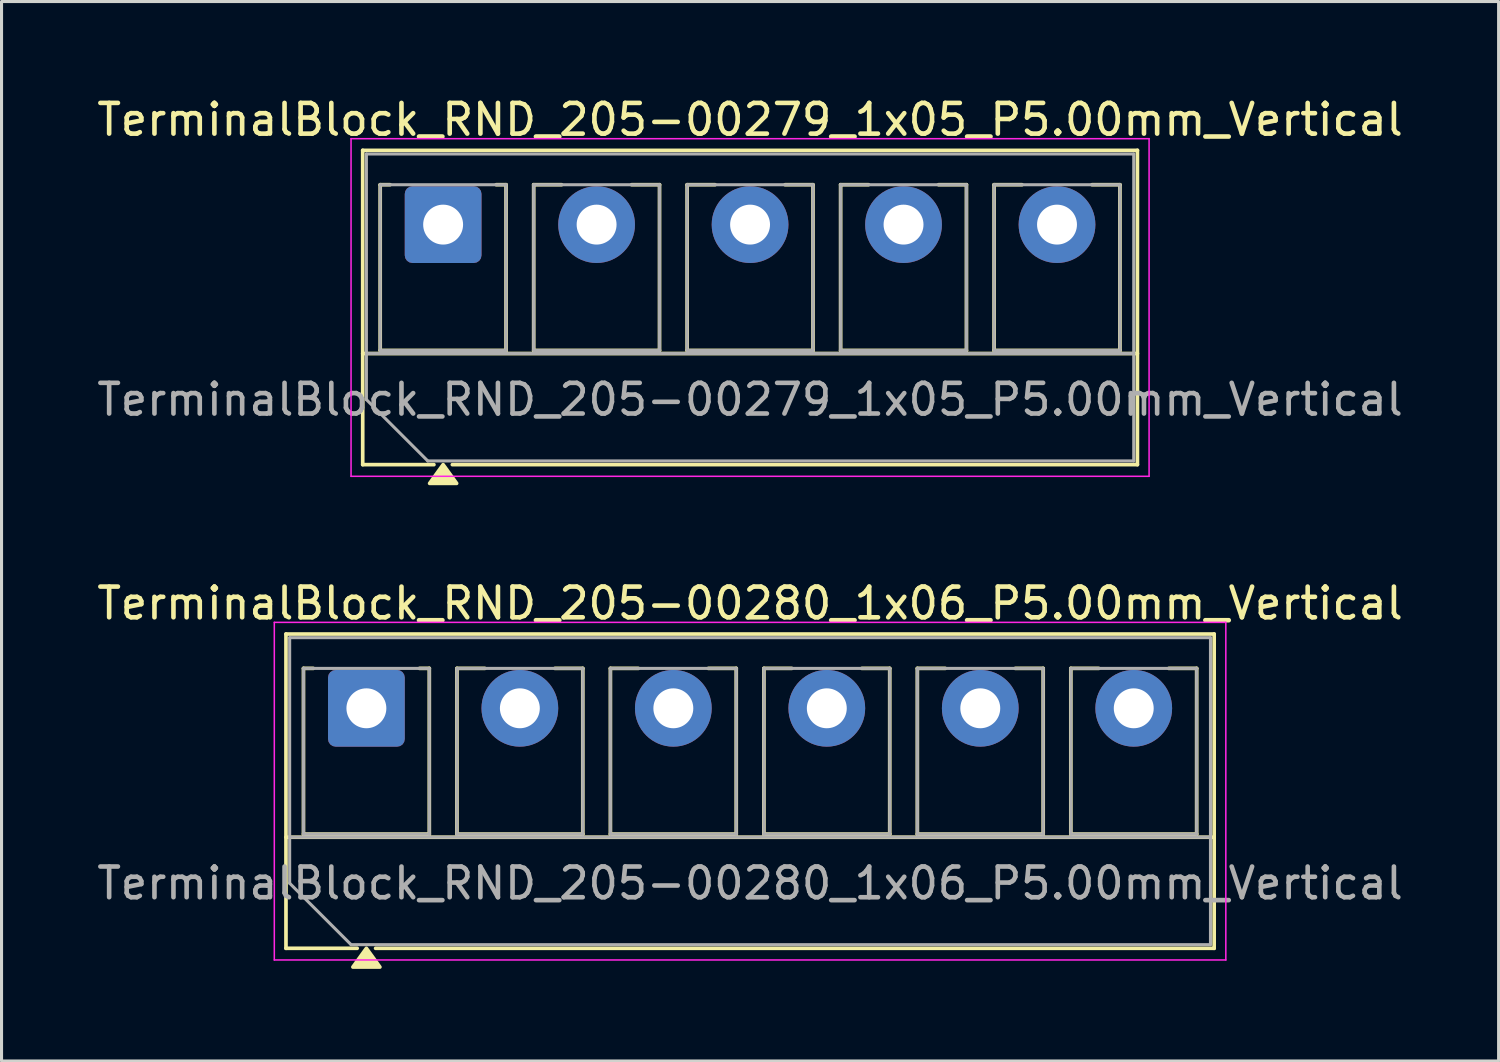
<source format=kicad_pcb>
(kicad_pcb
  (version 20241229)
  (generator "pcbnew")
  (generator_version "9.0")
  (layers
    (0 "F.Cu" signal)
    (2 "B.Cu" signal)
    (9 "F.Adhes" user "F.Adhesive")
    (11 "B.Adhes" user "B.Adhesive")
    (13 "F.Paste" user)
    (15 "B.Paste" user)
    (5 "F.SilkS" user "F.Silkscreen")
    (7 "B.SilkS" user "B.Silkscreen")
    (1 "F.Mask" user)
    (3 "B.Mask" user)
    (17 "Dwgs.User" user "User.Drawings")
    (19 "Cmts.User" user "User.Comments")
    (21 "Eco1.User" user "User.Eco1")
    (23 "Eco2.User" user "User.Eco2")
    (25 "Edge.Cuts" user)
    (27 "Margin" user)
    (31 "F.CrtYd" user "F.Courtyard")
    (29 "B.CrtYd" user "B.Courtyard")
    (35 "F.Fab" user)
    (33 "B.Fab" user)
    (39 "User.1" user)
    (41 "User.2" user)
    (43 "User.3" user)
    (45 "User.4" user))
  (footprint "TerminalBlock_RND_205-00279_1x05_P5.00mm_Vertical"
    (layer "F.Cu")
    (at 11.387 4.268)
    (property "Reference" "TerminalBlock_RND_205-00279_1x05_P5.00mm_Vertical" (at 10 -3.42 0) (layer "F.SilkS") (effects (font (size 1 1) (thickness 0.15))))
    (attr through_hole)
    (fp_line (start -2.62 -2.42) (end -2.62 7.82) (stroke (width 0.12) (type solid)) (layer "F.SilkS"))
    (fp_line (start -2.62 -2.42) (end 22.62 -2.42) (stroke (width 0.12) (type solid)) (layer "F.SilkS"))
    (fp_line (start -2.62 4.2) (end 22.62 4.2) (stroke (width 0.12) (type solid)) (layer "F.SilkS"))
    (fp_line (start -2.62 7.82) (end -0.3 7.82) (stroke (width 0.12) (type solid)) (layer "F.SilkS"))
    (fp_line (start -2.05 -1.3) (end -2.05 4.1) (stroke (width 0.12) (type solid)) (layer "F.SilkS"))
    (fp_line (start -2.05 -1.3) (end -1.73 -1.3) (stroke (width 0.12) (type solid)) (layer "F.SilkS"))
    (fp_line (start -2.05 4.1) (end 2.05 4.1) (stroke (width 0.12) (type solid)) (layer "F.SilkS"))
    (fp_line (start 0.3 7.82) (end 22.62 7.82) (stroke (width 0.12) (type solid)) (layer "F.SilkS"))
    (fp_line (start 1.73 -1.3) (end 2.05 -1.3) (stroke (width 0.12) (type solid)) (layer "F.SilkS"))
    (fp_line (start 2.05 -1.3) (end 2.05 4.1) (stroke (width 0.12) (type solid)) (layer "F.SilkS"))
    (fp_line (start 2.95 -1.3) (end 2.95 4.1) (stroke (width 0.12) (type solid)) (layer "F.SilkS"))
    (fp_line (start 2.95 -1.3) (end 3.859 -1.3) (stroke (width 0.12) (type solid)) (layer "F.SilkS"))
    (fp_line (start 2.95 4.1) (end 7.05 4.1) (stroke (width 0.12) (type solid)) (layer "F.SilkS"))
    (fp_line (start 6.141 -1.3) (end 7.05 -1.3) (stroke (width 0.12) (type solid)) (layer "F.SilkS"))
    (fp_line (start 7.05 -1.3) (end 7.05 4.1) (stroke (width 0.12) (type solid)) (layer "F.SilkS"))
    (fp_line (start 7.95 -1.3) (end 7.95 4.1) (stroke (width 0.12) (type solid)) (layer "F.SilkS"))
    (fp_line (start 7.95 -1.3) (end 8.859 -1.3) (stroke (width 0.12) (type solid)) (layer "F.SilkS"))
    (fp_line (start 7.95 4.1) (end 12.05 4.1) (stroke (width 0.12) (type solid)) (layer "F.SilkS"))
    (fp_line (start 11.141 -1.3) (end 12.05 -1.3) (stroke (width 0.12) (type solid)) (layer "F.SilkS"))
    (fp_line (start 12.05 -1.3) (end 12.05 4.1) (stroke (width 0.12) (type solid)) (layer "F.SilkS"))
    (fp_line (start 12.95 -1.3) (end 12.95 4.1) (stroke (width 0.12) (type solid)) (layer "F.SilkS"))
    (fp_line (start 12.95 -1.3) (end 13.859 -1.3) (stroke (width 0.12) (type solid)) (layer "F.SilkS"))
    (fp_line (start 12.95 4.1) (end 17.05 4.1) (stroke (width 0.12) (type solid)) (layer "F.SilkS"))
    (fp_line (start 16.141 -1.3) (end 17.05 -1.3) (stroke (width 0.12) (type solid)) (layer "F.SilkS"))
    (fp_line (start 17.05 -1.3) (end 17.05 4.1) (stroke (width 0.12) (type solid)) (layer "F.SilkS"))
    (fp_line (start 17.95 -1.3) (end 17.95 4.1) (stroke (width 0.12) (type solid)) (layer "F.SilkS"))
    (fp_line (start 17.95 -1.3) (end 18.859 -1.3) (stroke (width 0.12) (type solid)) (layer "F.SilkS"))
    (fp_line (start 17.95 4.1) (end 22.05 4.1) (stroke (width 0.12) (type solid)) (layer "F.SilkS"))
    (fp_line (start 21.141 -1.3) (end 22.05 -1.3) (stroke (width 0.12) (type solid)) (layer "F.SilkS"))
    (fp_line (start 22.05 -1.3) (end 22.05 4.1) (stroke (width 0.12) (type solid)) (layer "F.SilkS"))
    (fp_line (start 22.62 -2.42) (end 22.62 7.82) (stroke (width 0.12) (type solid)) (layer "F.SilkS"))
    (fp_poly (pts (xy 0 7.82) (xy 0.44 8.43) (xy -0.44 8.43)) (stroke (width 0.12) (type solid)) (fill yes) (layer "F.SilkS"))
    (fp_line (start -3 -2.8) (end -3 8.2) (stroke (width 0.05) (type solid)) (layer "F.CrtYd"))
    (fp_line (start -3 8.2) (end 23 8.2) (stroke (width 0.05) (type solid)) (layer "F.CrtYd"))
    (fp_line (start 23 -2.8) (end -3 -2.8) (stroke (width 0.05) (type solid)) (layer "F.CrtYd"))
    (fp_line (start 23 8.2) (end 23 -2.8) (stroke (width 0.05) (type solid)) (layer "F.CrtYd"))
    (fp_line (start -2.5 -2.3) (end 22.5 -2.3) (stroke (width 0.1) (type solid)) (layer "F.Fab"))
    (fp_line (start -2.5 4.2) (end 22.5 4.2) (stroke (width 0.1) (type solid)) (layer "F.Fab"))
    (fp_line (start -2.5 5.7) (end -2.5 -2.3) (stroke (width 0.1) (type solid)) (layer "F.Fab"))
    (fp_line (start -2.05 -1.3) (end -2.05 4.1) (stroke (width 0.1) (type solid)) (layer "F.Fab"))
    (fp_line (start -2.05 4.1) (end 2.05 4.1) (stroke (width 0.1) (type solid)) (layer "F.Fab"))
    (fp_line (start -0.5 7.7) (end -2.5 5.7) (stroke (width 0.1) (type solid)) (layer "F.Fab"))
    (fp_line (start 2.05 -1.3) (end -2.05 -1.3) (stroke (width 0.1) (type solid)) (layer "F.Fab"))
    (fp_line (start 2.05 4.1) (end 2.05 -1.3) (stroke (width 0.1) (type solid)) (layer "F.Fab"))
    (fp_line (start 2.95 -1.3) (end 2.95 4.1) (stroke (width 0.1) (type solid)) (layer "F.Fab"))
    (fp_line (start 2.95 4.1) (end 7.05 4.1) (stroke (width 0.1) (type solid)) (layer "F.Fab"))
    (fp_line (start 7.05 -1.3) (end 2.95 -1.3) (stroke (width 0.1) (type solid)) (layer "F.Fab"))
    (fp_line (start 7.05 4.1) (end 7.05 -1.3) (stroke (width 0.1) (type solid)) (layer "F.Fab"))
    (fp_line (start 7.95 -1.3) (end 7.95 4.1) (stroke (width 0.1) (type solid)) (layer "F.Fab"))
    (fp_line (start 7.95 4.1) (end 12.05 4.1) (stroke (width 0.1) (type solid)) (layer "F.Fab"))
    (fp_line (start 12.05 -1.3) (end 7.95 -1.3) (stroke (width 0.1) (type solid)) (layer "F.Fab"))
    (fp_line (start 12.05 4.1) (end 12.05 -1.3) (stroke (width 0.1) (type solid)) (layer "F.Fab"))
    (fp_line (start 12.95 -1.3) (end 12.95 4.1) (stroke (width 0.1) (type solid)) (layer "F.Fab"))
    (fp_line (start 12.95 4.1) (end 17.05 4.1) (stroke (width 0.1) (type solid)) (layer "F.Fab"))
    (fp_line (start 17.05 -1.3) (end 12.95 -1.3) (stroke (width 0.1) (type solid)) (layer "F.Fab"))
    (fp_line (start 17.05 4.1) (end 17.05 -1.3) (stroke (width 0.1) (type solid)) (layer "F.Fab"))
    (fp_line (start 17.95 -1.3) (end 17.95 4.1) (stroke (width 0.1) (type solid)) (layer "F.Fab"))
    (fp_line (start 17.95 4.1) (end 22.05 4.1) (stroke (width 0.1) (type solid)) (layer "F.Fab"))
    (fp_line (start 22.05 -1.3) (end 17.95 -1.3) (stroke (width 0.1) (type solid)) (layer "F.Fab"))
    (fp_line (start 22.05 4.1) (end 22.05 -1.3) (stroke (width 0.1) (type solid)) (layer "F.Fab"))
    (fp_line (start 22.5 -2.3) (end 22.5 7.7) (stroke (width 0.1) (type solid)) (layer "F.Fab"))
    (fp_line (start 22.5 7.7) (end -0.5 7.7) (stroke (width 0.1) (type solid)) (layer "F.Fab"))
    (fp_text user "${REFERENCE}" (at 10 5.7 0) (layer "F.Fab") (effects (font (size 1 1) (thickness 0.15))))
    (pad "1" thru_hole roundrect (at 0 0) (size 2.5 2.5) (drill 1.3) (layers "*.Cu" "*.Mask") (roundrect_rratio 0.1))
    (pad "2" thru_hole circle (at 5 0) (size 2.5 2.5) (drill 1.3) (layers "*.Cu" "*.Mask"))
    (pad "3" thru_hole circle (at 10 0) (size 2.5 2.5) (drill 1.3) (layers "*.Cu" "*.Mask"))
    (pad "4" thru_hole circle (at 15 0) (size 2.5 2.5) (drill 1.3) (layers "*.Cu" "*.Mask"))
    (pad "5" thru_hole circle (at 20 0) (size 2.5 2.5) (drill 1.3) (layers "*.Cu" "*.Mask")))
  (footprint "TerminalBlock_RND_205-00280_1x06_P5.00mm_Vertical"
    (layer "F.Cu")
    (at 8.887 20.026)
    (property "Reference" "TerminalBlock_RND_205-00280_1x06_P5.00mm_Vertical" (at 12.5 -3.42 0) (layer "F.SilkS") (effects (font (size 1 1) (thickness 0.15))))
    (attr through_hole)
    (fp_line (start -2.62 -2.42) (end -2.62 7.82) (stroke (width 0.12) (type solid)) (layer "F.SilkS"))
    (fp_line (start -2.62 -2.42) (end 27.62 -2.42) (stroke (width 0.12) (type solid)) (layer "F.SilkS"))
    (fp_line (start -2.62 4.2) (end 27.62 4.2) (stroke (width 0.12) (type solid)) (layer "F.SilkS"))
    (fp_line (start -2.62 7.82) (end -0.3 7.82) (stroke (width 0.12) (type solid)) (layer "F.SilkS"))
    (fp_line (start -2.05 -1.3) (end -2.05 4.1) (stroke (width 0.12) (type solid)) (layer "F.SilkS"))
    (fp_line (start -2.05 -1.3) (end -1.73 -1.3) (stroke (width 0.12) (type solid)) (layer "F.SilkS"))
    (fp_line (start -2.05 4.1) (end 2.05 4.1) (stroke (width 0.12) (type solid)) (layer "F.SilkS"))
    (fp_line (start 0.3 7.82) (end 27.62 7.82) (stroke (width 0.12) (type solid)) (layer "F.SilkS"))
    (fp_line (start 1.73 -1.3) (end 2.05 -1.3) (stroke (width 0.12) (type solid)) (layer "F.SilkS"))
    (fp_line (start 2.05 -1.3) (end 2.05 4.1) (stroke (width 0.12) (type solid)) (layer "F.SilkS"))
    (fp_line (start 2.95 -1.3) (end 2.95 4.1) (stroke (width 0.12) (type solid)) (layer "F.SilkS"))
    (fp_line (start 2.95 -1.3) (end 3.859 -1.3) (stroke (width 0.12) (type solid)) (layer "F.SilkS"))
    (fp_line (start 2.95 4.1) (end 7.05 4.1) (stroke (width 0.12) (type solid)) (layer "F.SilkS"))
    (fp_line (start 6.141 -1.3) (end 7.05 -1.3) (stroke (width 0.12) (type solid)) (layer "F.SilkS"))
    (fp_line (start 7.05 -1.3) (end 7.05 4.1) (stroke (width 0.12) (type solid)) (layer "F.SilkS"))
    (fp_line (start 7.95 -1.3) (end 7.95 4.1) (stroke (width 0.12) (type solid)) (layer "F.SilkS"))
    (fp_line (start 7.95 -1.3) (end 8.859 -1.3) (stroke (width 0.12) (type solid)) (layer "F.SilkS"))
    (fp_line (start 7.95 4.1) (end 12.05 4.1) (stroke (width 0.12) (type solid)) (layer "F.SilkS"))
    (fp_line (start 11.141 -1.3) (end 12.05 -1.3) (stroke (width 0.12) (type solid)) (layer "F.SilkS"))
    (fp_line (start 12.05 -1.3) (end 12.05 4.1) (stroke (width 0.12) (type solid)) (layer "F.SilkS"))
    (fp_line (start 12.95 -1.3) (end 12.95 4.1) (stroke (width 0.12) (type solid)) (layer "F.SilkS"))
    (fp_line (start 12.95 -1.3) (end 13.859 -1.3) (stroke (width 0.12) (type solid)) (layer "F.SilkS"))
    (fp_line (start 12.95 4.1) (end 17.05 4.1) (stroke (width 0.12) (type solid)) (layer "F.SilkS"))
    (fp_line (start 16.141 -1.3) (end 17.05 -1.3) (stroke (width 0.12) (type solid)) (layer "F.SilkS"))
    (fp_line (start 17.05 -1.3) (end 17.05 4.1) (stroke (width 0.12) (type solid)) (layer "F.SilkS"))
    (fp_line (start 17.95 -1.3) (end 17.95 4.1) (stroke (width 0.12) (type solid)) (layer "F.SilkS"))
    (fp_line (start 17.95 -1.3) (end 18.859 -1.3) (stroke (width 0.12) (type solid)) (layer "F.SilkS"))
    (fp_line (start 17.95 4.1) (end 22.05 4.1) (stroke (width 0.12) (type solid)) (layer "F.SilkS"))
    (fp_line (start 21.141 -1.3) (end 22.05 -1.3) (stroke (width 0.12) (type solid)) (layer "F.SilkS"))
    (fp_line (start 22.05 -1.3) (end 22.05 4.1) (stroke (width 0.12) (type solid)) (layer "F.SilkS"))
    (fp_line (start 22.95 -1.3) (end 22.95 4.1) (stroke (width 0.12) (type solid)) (layer "F.SilkS"))
    (fp_line (start 22.95 -1.3) (end 23.859 -1.3) (stroke (width 0.12) (type solid)) (layer "F.SilkS"))
    (fp_line (start 22.95 4.1) (end 27.05 4.1) (stroke (width 0.12) (type solid)) (layer "F.SilkS"))
    (fp_line (start 26.141 -1.3) (end 27.05 -1.3) (stroke (width 0.12) (type solid)) (layer "F.SilkS"))
    (fp_line (start 27.05 -1.3) (end 27.05 4.1) (stroke (width 0.12) (type solid)) (layer "F.SilkS"))
    (fp_line (start 27.62 -2.42) (end 27.62 7.82) (stroke (width 0.12) (type solid)) (layer "F.SilkS"))
    (fp_poly (pts (xy 0 7.82) (xy 0.44 8.43) (xy -0.44 8.43)) (stroke (width 0.12) (type solid)) (fill yes) (layer "F.SilkS"))
    (fp_line (start -3 -2.8) (end -3 8.2) (stroke (width 0.05) (type solid)) (layer "F.CrtYd"))
    (fp_line (start -3 8.2) (end 28 8.2) (stroke (width 0.05) (type solid)) (layer "F.CrtYd"))
    (fp_line (start 28 -2.8) (end -3 -2.8) (stroke (width 0.05) (type solid)) (layer "F.CrtYd"))
    (fp_line (start 28 8.2) (end 28 -2.8) (stroke (width 0.05) (type solid)) (layer "F.CrtYd"))
    (fp_line (start -2.5 -2.3) (end 27.5 -2.3) (stroke (width 0.1) (type solid)) (layer "F.Fab"))
    (fp_line (start -2.5 4.2) (end 27.5 4.2) (stroke (width 0.1) (type solid)) (layer "F.Fab"))
    (fp_line (start -2.5 5.7) (end -2.5 -2.3) (stroke (width 0.1) (type solid)) (layer "F.Fab"))
    (fp_line (start -2.05 -1.3) (end -2.05 4.1) (stroke (width 0.1) (type solid)) (layer "F.Fab"))
    (fp_line (start -2.05 4.1) (end 2.05 4.1) (stroke (width 0.1) (type solid)) (layer "F.Fab"))
    (fp_line (start -0.5 7.7) (end -2.5 5.7) (stroke (width 0.1) (type solid)) (layer "F.Fab"))
    (fp_line (start 2.05 -1.3) (end -2.05 -1.3) (stroke (width 0.1) (type solid)) (layer "F.Fab"))
    (fp_line (start 2.05 4.1) (end 2.05 -1.3) (stroke (width 0.1) (type solid)) (layer "F.Fab"))
    (fp_line (start 2.95 -1.3) (end 2.95 4.1) (stroke (width 0.1) (type solid)) (layer "F.Fab"))
    (fp_line (start 2.95 4.1) (end 7.05 4.1) (stroke (width 0.1) (type solid)) (layer "F.Fab"))
    (fp_line (start 7.05 -1.3) (end 2.95 -1.3) (stroke (width 0.1) (type solid)) (layer "F.Fab"))
    (fp_line (start 7.05 4.1) (end 7.05 -1.3) (stroke (width 0.1) (type solid)) (layer "F.Fab"))
    (fp_line (start 7.95 -1.3) (end 7.95 4.1) (stroke (width 0.1) (type solid)) (layer "F.Fab"))
    (fp_line (start 7.95 4.1) (end 12.05 4.1) (stroke (width 0.1) (type solid)) (layer "F.Fab"))
    (fp_line (start 12.05 -1.3) (end 7.95 -1.3) (stroke (width 0.1) (type solid)) (layer "F.Fab"))
    (fp_line (start 12.05 4.1) (end 12.05 -1.3) (stroke (width 0.1) (type solid)) (layer "F.Fab"))
    (fp_line (start 12.95 -1.3) (end 12.95 4.1) (stroke (width 0.1) (type solid)) (layer "F.Fab"))
    (fp_line (start 12.95 4.1) (end 17.05 4.1) (stroke (width 0.1) (type solid)) (layer "F.Fab"))
    (fp_line (start 17.05 -1.3) (end 12.95 -1.3) (stroke (width 0.1) (type solid)) (layer "F.Fab"))
    (fp_line (start 17.05 4.1) (end 17.05 -1.3) (stroke (width 0.1) (type solid)) (layer "F.Fab"))
    (fp_line (start 17.95 -1.3) (end 17.95 4.1) (stroke (width 0.1) (type solid)) (layer "F.Fab"))
    (fp_line (start 17.95 4.1) (end 22.05 4.1) (stroke (width 0.1) (type solid)) (layer "F.Fab"))
    (fp_line (start 22.05 -1.3) (end 17.95 -1.3) (stroke (width 0.1) (type solid)) (layer "F.Fab"))
    (fp_line (start 22.05 4.1) (end 22.05 -1.3) (stroke (width 0.1) (type solid)) (layer "F.Fab"))
    (fp_line (start 22.95 -1.3) (end 22.95 4.1) (stroke (width 0.1) (type solid)) (layer "F.Fab"))
    (fp_line (start 22.95 4.1) (end 27.05 4.1) (stroke (width 0.1) (type solid)) (layer "F.Fab"))
    (fp_line (start 27.05 -1.3) (end 22.95 -1.3) (stroke (width 0.1) (type solid)) (layer "F.Fab"))
    (fp_line (start 27.05 4.1) (end 27.05 -1.3) (stroke (width 0.1) (type solid)) (layer "F.Fab"))
    (fp_line (start 27.5 -2.3) (end 27.5 7.7) (stroke (width 0.1) (type solid)) (layer "F.Fab"))
    (fp_line (start 27.5 7.7) (end -0.5 7.7) (stroke (width 0.1) (type solid)) (layer "F.Fab"))
    (fp_text user "${REFERENCE}" (at 12.5 5.7 0) (layer "F.Fab") (effects (font (size 1 1) (thickness 0.15))))
    (pad "1" thru_hole roundrect (at 0 0) (size 2.5 2.5) (drill 1.3) (layers "*.Cu" "*.Mask") (roundrect_rratio 0.1))
    (pad "2" thru_hole circle (at 5 0) (size 2.5 2.5) (drill 1.3) (layers "*.Cu" "*.Mask"))
    (pad "3" thru_hole circle (at 10 0) (size 2.5 2.5) (drill 1.3) (layers "*.Cu" "*.Mask"))
    (pad "4" thru_hole circle (at 15 0) (size 2.5 2.5) (drill 1.3) (layers "*.Cu" "*.Mask"))
    (pad "5" thru_hole circle (at 20 0) (size 2.5 2.5) (drill 1.3) (layers "*.Cu" "*.Mask"))
    (pad "6" thru_hole circle (at 25 0) (size 2.5 2.5) (drill 1.3) (layers "*.Cu" "*.Mask")))
  (gr_rect
    (start -3 -3)
    (end 45.774 31.517)
    (stroke (width 0.1) (type default))
    (fill no)
    (layer "Edge.Cuts")))
</source>
